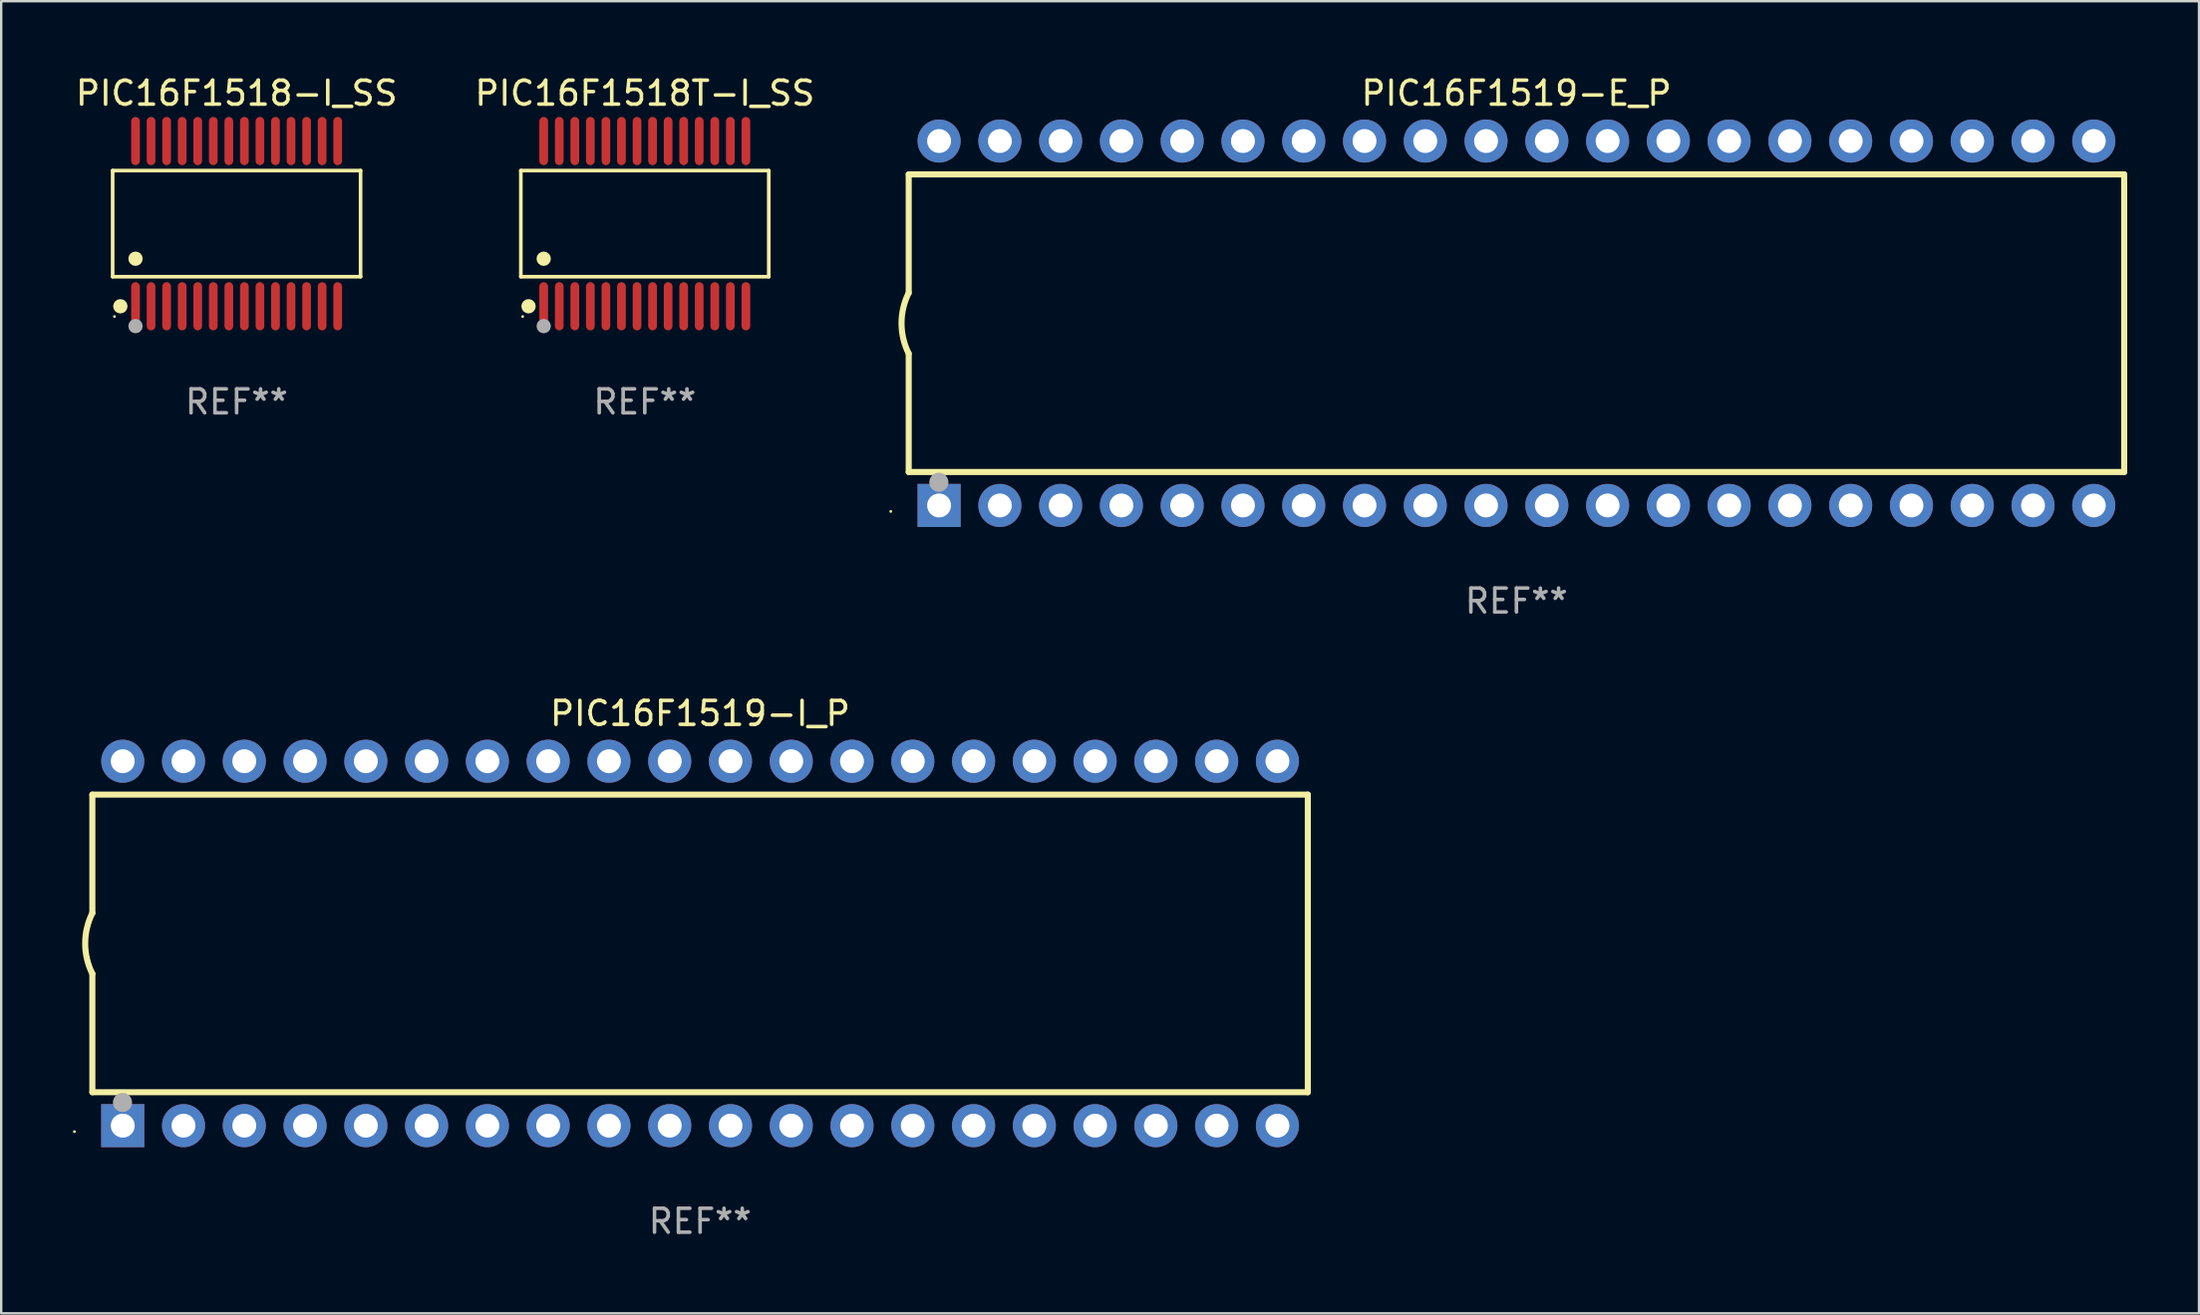
<source format=kicad_pcb>
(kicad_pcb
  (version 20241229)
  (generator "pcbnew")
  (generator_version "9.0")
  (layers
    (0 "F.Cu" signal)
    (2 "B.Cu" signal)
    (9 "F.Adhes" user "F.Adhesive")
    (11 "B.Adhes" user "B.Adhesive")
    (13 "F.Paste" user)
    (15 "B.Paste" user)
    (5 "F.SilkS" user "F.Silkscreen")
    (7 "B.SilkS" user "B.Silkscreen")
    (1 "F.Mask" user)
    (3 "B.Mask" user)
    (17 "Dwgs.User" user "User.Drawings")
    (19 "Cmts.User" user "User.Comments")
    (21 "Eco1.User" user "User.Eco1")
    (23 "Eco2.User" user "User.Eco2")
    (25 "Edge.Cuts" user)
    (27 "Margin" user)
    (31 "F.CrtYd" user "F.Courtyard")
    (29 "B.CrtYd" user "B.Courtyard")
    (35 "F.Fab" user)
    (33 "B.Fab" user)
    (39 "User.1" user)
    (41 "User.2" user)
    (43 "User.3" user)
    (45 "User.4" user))
  (footprint "PIC16F1518T-I_SS"
    (layer "F.Cu")
    (at 23.899 6.303)
    (property "Reference" "PIC16F1518T-I_SS" (at 0 -5.455 0) (layer "F.SilkS") (effects (font (size 1 1) (thickness 0.15))))
    (attr through_hole)
    (fp_line (start -5.181 -2.219) (end 5.181 -2.219) (stroke (width 0.152) (type solid)) (layer "F.SilkS"))
    (fp_line (start -5.181 2.219) (end -5.181 -2.219) (stroke (width 0.152) (type solid)) (layer "F.SilkS"))
    (fp_line (start 5.181 -2.219) (end 5.181 2.219) (stroke (width 0.152) (type solid)) (layer "F.SilkS"))
    (fp_line (start 5.181 2.219) (end -5.181 2.219) (stroke (width 0.152) (type solid)) (layer "F.SilkS"))
    (fp_circle (center -5.105 3.885) (end -5.075 3.885) (stroke (width 0.06) (type solid)) (fill no) (layer "F.SilkS"))
    (fp_circle (center -4.859 3.455) (end -4.709 3.455) (stroke (width 0.3) (type solid)) (fill no) (layer "F.SilkS"))
    (fp_circle (center -4.225 1.467) (end -4.075 1.467) (stroke (width 0.3) (type solid)) (fill no) (layer "F.SilkS"))
    (fp_circle (center -4.225 4.285) (end -4.075 4.285) (stroke (width 0.3) (type solid)) (fill no) (layer "F.Fab"))
    (fp_text user "REF**" (at 0 7.455 0) (layer "F.Fab") (effects (font (size 1 1) (thickness 0.15))))
    (pad "1" smd oval (at -4.225 3.455) (size 0.364 2.015) (layers "F.Cu" "F.Mask" "F.Paste"))
    (pad "2" smd oval (at -3.575 3.455) (size 0.364 2.015) (layers "F.Cu" "F.Mask" "F.Paste"))
    (pad "3" smd oval (at -2.925 3.455) (size 0.364 2.015) (layers "F.Cu" "F.Mask" "F.Paste"))
    (pad "4" smd oval (at -2.275 3.455) (size 0.364 2.015) (layers "F.Cu" "F.Mask" "F.Paste"))
    (pad "5" smd oval (at -1.625 3.455) (size 0.364 2.015) (layers "F.Cu" "F.Mask" "F.Paste"))
    (pad "6" smd oval (at -0.975 3.455) (size 0.364 2.015) (layers "F.Cu" "F.Mask" "F.Paste"))
    (pad "7" smd oval (at -0.325 3.455) (size 0.364 2.015) (layers "F.Cu" "F.Mask" "F.Paste"))
    (pad "8" smd oval (at 0.325 3.455) (size 0.364 2.015) (layers "F.Cu" "F.Mask" "F.Paste"))
    (pad "9" smd oval (at 0.975 3.455) (size 0.364 2.015) (layers "F.Cu" "F.Mask" "F.Paste"))
    (pad "10" smd oval (at 1.625 3.455) (size 0.364 2.015) (layers "F.Cu" "F.Mask" "F.Paste"))
    (pad "11" smd oval (at 2.275 3.455) (size 0.364 2.015) (layers "F.Cu" "F.Mask" "F.Paste"))
    (pad "12" smd oval (at 2.925 3.455) (size 0.364 2.015) (layers "F.Cu" "F.Mask" "F.Paste"))
    (pad "13" smd oval (at 3.575 3.455) (size 0.364 2.015) (layers "F.Cu" "F.Mask" "F.Paste"))
    (pad "14" smd oval (at 4.225 3.455) (size 0.364 2.015) (layers "F.Cu" "F.Mask" "F.Paste"))
    (pad "15" smd oval (at 4.225 -3.455) (size 0.364 2.015) (layers "F.Cu" "F.Mask" "F.Paste"))
    (pad "16" smd oval (at 3.575 -3.455) (size 0.364 2.015) (layers "F.Cu" "F.Mask" "F.Paste"))
    (pad "17" smd oval (at 2.925 -3.455) (size 0.364 2.015) (layers "F.Cu" "F.Mask" "F.Paste"))
    (pad "18" smd oval (at 2.275 -3.455) (size 0.364 2.015) (layers "F.Cu" "F.Mask" "F.Paste"))
    (pad "19" smd oval (at 1.625 -3.455) (size 0.364 2.015) (layers "F.Cu" "F.Mask" "F.Paste"))
    (pad "20" smd oval (at 0.975 -3.455) (size 0.364 2.015) (layers "F.Cu" "F.Mask" "F.Paste"))
    (pad "21" smd oval (at 0.325 -3.455) (size 0.364 2.015) (layers "F.Cu" "F.Mask" "F.Paste"))
    (pad "22" smd oval (at -0.325 -3.455) (size 0.364 2.015) (layers "F.Cu" "F.Mask" "F.Paste"))
    (pad "23" smd oval (at -0.975 -3.455) (size 0.364 2.015) (layers "F.Cu" "F.Mask" "F.Paste"))
    (pad "24" smd oval (at -1.625 -3.455) (size 0.364 2.015) (layers "F.Cu" "F.Mask" "F.Paste"))
    (pad "25" smd oval (at -2.275 -3.455) (size 0.364 2.015) (layers "F.Cu" "F.Mask" "F.Paste"))
    (pad "26" smd oval (at -2.925 -3.455) (size 0.364 2.015) (layers "F.Cu" "F.Mask" "F.Paste"))
    (pad "27" smd oval (at -3.575 -3.455) (size 0.364 2.015) (layers "F.Cu" "F.Mask" "F.Paste"))
    (pad "28" smd oval (at -4.225 -3.455) (size 0.364 2.015) (layers "F.Cu" "F.Mask" "F.Paste")))
  (footprint "PIC16F1518-I_SS"
    (layer "F.Cu")
    (at 6.839 6.303)
    (property "Reference" "PIC16F1518-I_SS" (at 0 -5.455 0) (layer "F.SilkS") (effects (font (size 1 1) (thickness 0.15))))
    (attr through_hole)
    (fp_line (start -5.181 -2.219) (end 5.181 -2.219) (stroke (width 0.152) (type solid)) (layer "F.SilkS"))
    (fp_line (start -5.181 2.219) (end -5.181 -2.219) (stroke (width 0.152) (type solid)) (layer "F.SilkS"))
    (fp_line (start 5.181 -2.219) (end 5.181 2.219) (stroke (width 0.152) (type solid)) (layer "F.SilkS"))
    (fp_line (start 5.181 2.219) (end -5.181 2.219) (stroke (width 0.152) (type solid)) (layer "F.SilkS"))
    (fp_circle (center -5.105 3.885) (end -5.075 3.885) (stroke (width 0.06) (type solid)) (fill no) (layer "F.SilkS"))
    (fp_circle (center -4.859 3.455) (end -4.709 3.455) (stroke (width 0.3) (type solid)) (fill no) (layer "F.SilkS"))
    (fp_circle (center -4.225 1.467) (end -4.075 1.467) (stroke (width 0.3) (type solid)) (fill no) (layer "F.SilkS"))
    (fp_circle (center -4.225 4.285) (end -4.075 4.285) (stroke (width 0.3) (type solid)) (fill no) (layer "F.Fab"))
    (fp_text user "REF**" (at 0 7.455 0) (layer "F.Fab") (effects (font (size 1 1) (thickness 0.15))))
    (pad "1" smd oval (at -4.225 3.455) (size 0.364 2.015) (layers "F.Cu" "F.Mask" "F.Paste"))
    (pad "2" smd oval (at -3.575 3.455) (size 0.364 2.015) (layers "F.Cu" "F.Mask" "F.Paste"))
    (pad "3" smd oval (at -2.925 3.455) (size 0.364 2.015) (layers "F.Cu" "F.Mask" "F.Paste"))
    (pad "4" smd oval (at -2.275 3.455) (size 0.364 2.015) (layers "F.Cu" "F.Mask" "F.Paste"))
    (pad "5" smd oval (at -1.625 3.455) (size 0.364 2.015) (layers "F.Cu" "F.Mask" "F.Paste"))
    (pad "6" smd oval (at -0.975 3.455) (size 0.364 2.015) (layers "F.Cu" "F.Mask" "F.Paste"))
    (pad "7" smd oval (at -0.325 3.455) (size 0.364 2.015) (layers "F.Cu" "F.Mask" "F.Paste"))
    (pad "8" smd oval (at 0.325 3.455) (size 0.364 2.015) (layers "F.Cu" "F.Mask" "F.Paste"))
    (pad "9" smd oval (at 0.975 3.455) (size 0.364 2.015) (layers "F.Cu" "F.Mask" "F.Paste"))
    (pad "10" smd oval (at 1.625 3.455) (size 0.364 2.015) (layers "F.Cu" "F.Mask" "F.Paste"))
    (pad "11" smd oval (at 2.275 3.455) (size 0.364 2.015) (layers "F.Cu" "F.Mask" "F.Paste"))
    (pad "12" smd oval (at 2.925 3.455) (size 0.364 2.015) (layers "F.Cu" "F.Mask" "F.Paste"))
    (pad "13" smd oval (at 3.575 3.455) (size 0.364 2.015) (layers "F.Cu" "F.Mask" "F.Paste"))
    (pad "14" smd oval (at 4.225 3.455) (size 0.364 2.015) (layers "F.Cu" "F.Mask" "F.Paste"))
    (pad "15" smd oval (at 4.225 -3.455) (size 0.364 2.015) (layers "F.Cu" "F.Mask" "F.Paste"))
    (pad "16" smd oval (at 3.575 -3.455) (size 0.364 2.015) (layers "F.Cu" "F.Mask" "F.Paste"))
    (pad "17" smd oval (at 2.925 -3.455) (size 0.364 2.015) (layers "F.Cu" "F.Mask" "F.Paste"))
    (pad "18" smd oval (at 2.275 -3.455) (size 0.364 2.015) (layers "F.Cu" "F.Mask" "F.Paste"))
    (pad "19" smd oval (at 1.625 -3.455) (size 0.364 2.015) (layers "F.Cu" "F.Mask" "F.Paste"))
    (pad "20" smd oval (at 0.975 -3.455) (size 0.364 2.015) (layers "F.Cu" "F.Mask" "F.Paste"))
    (pad "21" smd oval (at 0.325 -3.455) (size 0.364 2.015) (layers "F.Cu" "F.Mask" "F.Paste"))
    (pad "22" smd oval (at -0.325 -3.455) (size 0.364 2.015) (layers "F.Cu" "F.Mask" "F.Paste"))
    (pad "23" smd oval (at -0.975 -3.455) (size 0.364 2.015) (layers "F.Cu" "F.Mask" "F.Paste"))
    (pad "24" smd oval (at -1.625 -3.455) (size 0.364 2.015) (layers "F.Cu" "F.Mask" "F.Paste"))
    (pad "25" smd oval (at -2.275 -3.455) (size 0.364 2.015) (layers "F.Cu" "F.Mask" "F.Paste"))
    (pad "26" smd oval (at -2.925 -3.455) (size 0.364 2.015) (layers "F.Cu" "F.Mask" "F.Paste"))
    (pad "27" smd oval (at -3.575 -3.455) (size 0.364 2.015) (layers "F.Cu" "F.Mask" "F.Paste"))
    (pad "28" smd oval (at -4.225 -3.455) (size 0.364 2.015) (layers "F.Cu" "F.Mask" "F.Paste")))
  (footprint "PIC16F1519-I_P"
    (layer "F.Cu")
    (at 26.21 36.405)
    (property "Reference" "PIC16F1519-I_P" (at 0 -9.62 0) (layer "F.SilkS") (effects (font (size 1 1) (thickness 0.15))))
    (attr through_hole)
    (fp_line (start -25.4 -6.224) (end -25.4 -1.271) (stroke (width 0.254) (type solid)) (layer "F.SilkS"))
    (fp_line (start -25.4 -6.224) (end 25.4 -6.224) (stroke (width 0.254) (type solid)) (layer "F.SilkS"))
    (fp_line (start -25.4 1.269) (end -25.4 6.222) (stroke (width 0.254) (type solid)) (layer "F.SilkS"))
    (fp_line (start -25.4 6.222) (end 25.4 6.222) (stroke (width 0.254) (type solid)) (layer "F.SilkS"))
    (fp_line (start 25.4 6.222) (end 25.4 -6.224) (stroke (width 0.254) (type solid)) (layer "F.SilkS"))
    (fp_arc (start -25.4 1.269241) (mid -25.699807 -0.000762) (end -25.4 -1.270765) (stroke (width 0.254001) (type solid)) (layer "F.SilkS"))
    (fp_circle (center -26.15 7.87) (end -26.12 7.87) (stroke (width 0.06) (type solid)) (fill no) (layer "F.SilkS"))
    (fp_circle (center -24.14 6.65) (end -23.94 6.65) (stroke (width 0.4) (type solid)) (fill no) (layer "F.Fab"))
    (fp_text user "REF**" (at 0 11.62 0) (layer "F.Fab") (effects (font (size 1 1) (thickness 0.15))))
    (pad "1" thru_hole rect (at -24.13 7.62 90) (size 1.8 1.8) (drill 1) (layers "*.Cu" "*.Mask"))
    (pad "2" thru_hole circle (at -21.59 7.62) (size 1.8 1.8) (drill 1) (layers "*.Cu" "*.Mask"))
    (pad "3" thru_hole circle (at -19.05 7.62) (size 1.8 1.8) (drill 1) (layers "*.Cu" "*.Mask"))
    (pad "4" thru_hole circle (at -16.51 7.62) (size 1.8 1.8) (drill 1) (layers "*.Cu" "*.Mask"))
    (pad "5" thru_hole circle (at -13.97 7.62) (size 1.8 1.8) (drill 1) (layers "*.Cu" "*.Mask"))
    (pad "6" thru_hole circle (at -11.43 7.62) (size 1.8 1.8) (drill 1) (layers "*.Cu" "*.Mask"))
    (pad "7" thru_hole circle (at -8.89 7.62) (size 1.8 1.8) (drill 1) (layers "*.Cu" "*.Mask"))
    (pad "8" thru_hole circle (at -6.35 7.62) (size 1.8 1.8) (drill 1) (layers "*.Cu" "*.Mask"))
    (pad "9" thru_hole circle (at -3.81 7.62) (size 1.8 1.8) (drill 1) (layers "*.Cu" "*.Mask"))
    (pad "10" thru_hole circle (at -1.27 7.62) (size 1.8 1.8) (drill 1) (layers "*.Cu" "*.Mask"))
    (pad "11" thru_hole circle (at 1.27 7.62) (size 1.8 1.8) (drill 1) (layers "*.Cu" "*.Mask"))
    (pad "12" thru_hole circle (at 3.81 7.62) (size 1.8 1.8) (drill 1) (layers "*.Cu" "*.Mask"))
    (pad "13" thru_hole circle (at 6.35 7.62) (size 1.8 1.8) (drill 1) (layers "*.Cu" "*.Mask"))
    (pad "14" thru_hole circle (at 8.89 7.62) (size 1.8 1.8) (drill 1) (layers "*.Cu" "*.Mask"))
    (pad "15" thru_hole circle (at 11.43 7.62) (size 1.8 1.8) (drill 1) (layers "*.Cu" "*.Mask"))
    (pad "16" thru_hole circle (at 13.97 7.62) (size 1.8 1.8) (drill 1) (layers "*.Cu" "*.Mask"))
    (pad "17" thru_hole circle (at 16.51 7.62) (size 1.8 1.8) (drill 1) (layers "*.Cu" "*.Mask"))
    (pad "18" thru_hole circle (at 19.05 7.62) (size 1.8 1.8) (drill 1) (layers "*.Cu" "*.Mask"))
    (pad "19" thru_hole circle (at 21.59 7.62) (size 1.8 1.8) (drill 1) (layers "*.Cu" "*.Mask"))
    (pad "20" thru_hole circle (at 24.13 7.62) (size 1.8 1.8) (drill 1) (layers "*.Cu" "*.Mask"))
    (pad "21" thru_hole circle (at 24.13 -7.62) (size 1.8 1.8) (drill 1) (layers "*.Cu" "*.Mask"))
    (pad "22" thru_hole circle (at 21.59 -7.62) (size 1.8 1.8) (drill 1) (layers "*.Cu" "*.Mask"))
    (pad "23" thru_hole circle (at 19.05 -7.62) (size 1.8 1.8) (drill 1) (layers "*.Cu" "*.Mask"))
    (pad "24" thru_hole circle (at 16.51 -7.62) (size 1.8 1.8) (drill 1) (layers "*.Cu" "*.Mask"))
    (pad "25" thru_hole circle (at 13.97 -7.62) (size 1.8 1.8) (drill 1) (layers "*.Cu" "*.Mask"))
    (pad "26" thru_hole circle (at 11.43 -7.62) (size 1.8 1.8) (drill 1) (layers "*.Cu" "*.Mask"))
    (pad "27" thru_hole circle (at 8.89 -7.62) (size 1.8 1.8) (drill 1) (layers "*.Cu" "*.Mask"))
    (pad "28" thru_hole circle (at 6.35 -7.62) (size 1.8 1.8) (drill 1) (layers "*.Cu" "*.Mask"))
    (pad "29" thru_hole circle (at 3.81 -7.62) (size 1.8 1.8) (drill 1) (layers "*.Cu" "*.Mask"))
    (pad "30" thru_hole circle (at 1.27 -7.62) (size 1.8 1.8) (drill 1) (layers "*.Cu" "*.Mask"))
    (pad "31" thru_hole circle (at -1.27 -7.62) (size 1.8 1.8) (drill 1) (layers "*.Cu" "*.Mask"))
    (pad "32" thru_hole circle (at -3.81 -7.62) (size 1.8 1.8) (drill 1) (layers "*.Cu" "*.Mask"))
    (pad "33" thru_hole circle (at -6.35 -7.62) (size 1.8 1.8) (drill 1) (layers "*.Cu" "*.Mask"))
    (pad "34" thru_hole circle (at -8.89 -7.62) (size 1.8 1.8) (drill 1) (layers "*.Cu" "*.Mask"))
    (pad "35" thru_hole circle (at -11.43 -7.62) (size 1.8 1.8) (drill 1) (layers "*.Cu" "*.Mask"))
    (pad "36" thru_hole circle (at -13.97 -7.62) (size 1.8 1.8) (drill 1) (layers "*.Cu" "*.Mask"))
    (pad "37" thru_hole circle (at -16.51 -7.62) (size 1.8 1.8) (drill 1) (layers "*.Cu" "*.Mask"))
    (pad "38" thru_hole circle (at -19.05 -7.62) (size 1.8 1.8) (drill 1) (layers "*.Cu" "*.Mask"))
    (pad "39" thru_hole circle (at -21.59 -7.62) (size 1.8 1.8) (drill 1) (layers "*.Cu" "*.Mask"))
    (pad "40" thru_hole circle (at -24.13 -7.62) (size 1.8 1.8) (drill 1) (layers "*.Cu" "*.Mask")))
  (footprint "PIC16F1519-E_P"
    (layer "F.Cu")
    (at 60.329 10.468)
    (property "Reference" "PIC16F1519-E_P" (at 0 -9.62 0) (layer "F.SilkS") (effects (font (size 1 1) (thickness 0.15))))
    (attr through_hole)
    (fp_line (start -25.4 -6.224) (end -25.4 -1.271) (stroke (width 0.254) (type solid)) (layer "F.SilkS"))
    (fp_line (start -25.4 -6.224) (end 25.4 -6.224) (stroke (width 0.254) (type solid)) (layer "F.SilkS"))
    (fp_line (start -25.4 1.269) (end -25.4 6.222) (stroke (width 0.254) (type solid)) (layer "F.SilkS"))
    (fp_line (start -25.4 6.222) (end 25.4 6.222) (stroke (width 0.254) (type solid)) (layer "F.SilkS"))
    (fp_line (start 25.4 6.222) (end 25.4 -6.224) (stroke (width 0.254) (type solid)) (layer "F.SilkS"))
    (fp_arc (start -25.4 1.269241) (mid -25.699807 -0.000762) (end -25.4 -1.270765) (stroke (width 0.254001) (type solid)) (layer "F.SilkS"))
    (fp_circle (center -26.15 7.87) (end -26.12 7.87) (stroke (width 0.06) (type solid)) (fill no) (layer "F.SilkS"))
    (fp_circle (center -24.14 6.65) (end -23.94 6.65) (stroke (width 0.4) (type solid)) (fill no) (layer "F.Fab"))
    (fp_text user "REF**" (at 0 11.62 0) (layer "F.Fab") (effects (font (size 1 1) (thickness 0.15))))
    (pad "1" thru_hole rect (at -24.13 7.62 90) (size 1.8 1.8) (drill 1) (layers "*.Cu" "*.Mask"))
    (pad "2" thru_hole circle (at -21.59 7.62) (size 1.8 1.8) (drill 1) (layers "*.Cu" "*.Mask"))
    (pad "3" thru_hole circle (at -19.05 7.62) (size 1.8 1.8) (drill 1) (layers "*.Cu" "*.Mask"))
    (pad "4" thru_hole circle (at -16.51 7.62) (size 1.8 1.8) (drill 1) (layers "*.Cu" "*.Mask"))
    (pad "5" thru_hole circle (at -13.97 7.62) (size 1.8 1.8) (drill 1) (layers "*.Cu" "*.Mask"))
    (pad "6" thru_hole circle (at -11.43 7.62) (size 1.8 1.8) (drill 1) (layers "*.Cu" "*.Mask"))
    (pad "7" thru_hole circle (at -8.89 7.62) (size 1.8 1.8) (drill 1) (layers "*.Cu" "*.Mask"))
    (pad "8" thru_hole circle (at -6.35 7.62) (size 1.8 1.8) (drill 1) (layers "*.Cu" "*.Mask"))
    (pad "9" thru_hole circle (at -3.81 7.62) (size 1.8 1.8) (drill 1) (layers "*.Cu" "*.Mask"))
    (pad "10" thru_hole circle (at -1.27 7.62) (size 1.8 1.8) (drill 1) (layers "*.Cu" "*.Mask"))
    (pad "11" thru_hole circle (at 1.27 7.62) (size 1.8 1.8) (drill 1) (layers "*.Cu" "*.Mask"))
    (pad "12" thru_hole circle (at 3.81 7.62) (size 1.8 1.8) (drill 1) (layers "*.Cu" "*.Mask"))
    (pad "13" thru_hole circle (at 6.35 7.62) (size 1.8 1.8) (drill 1) (layers "*.Cu" "*.Mask"))
    (pad "14" thru_hole circle (at 8.89 7.62) (size 1.8 1.8) (drill 1) (layers "*.Cu" "*.Mask"))
    (pad "15" thru_hole circle (at 11.43 7.62) (size 1.8 1.8) (drill 1) (layers "*.Cu" "*.Mask"))
    (pad "16" thru_hole circle (at 13.97 7.62) (size 1.8 1.8) (drill 1) (layers "*.Cu" "*.Mask"))
    (pad "17" thru_hole circle (at 16.51 7.62) (size 1.8 1.8) (drill 1) (layers "*.Cu" "*.Mask"))
    (pad "18" thru_hole circle (at 19.05 7.62) (size 1.8 1.8) (drill 1) (layers "*.Cu" "*.Mask"))
    (pad "19" thru_hole circle (at 21.59 7.62) (size 1.8 1.8) (drill 1) (layers "*.Cu" "*.Mask"))
    (pad "20" thru_hole circle (at 24.13 7.62) (size 1.8 1.8) (drill 1) (layers "*.Cu" "*.Mask"))
    (pad "21" thru_hole circle (at 24.13 -7.62) (size 1.8 1.8) (drill 1) (layers "*.Cu" "*.Mask"))
    (pad "22" thru_hole circle (at 21.59 -7.62) (size 1.8 1.8) (drill 1) (layers "*.Cu" "*.Mask"))
    (pad "23" thru_hole circle (at 19.05 -7.62) (size 1.8 1.8) (drill 1) (layers "*.Cu" "*.Mask"))
    (pad "24" thru_hole circle (at 16.51 -7.62) (size 1.8 1.8) (drill 1) (layers "*.Cu" "*.Mask"))
    (pad "25" thru_hole circle (at 13.97 -7.62) (size 1.8 1.8) (drill 1) (layers "*.Cu" "*.Mask"))
    (pad "26" thru_hole circle (at 11.43 -7.62) (size 1.8 1.8) (drill 1) (layers "*.Cu" "*.Mask"))
    (pad "27" thru_hole circle (at 8.89 -7.62) (size 1.8 1.8) (drill 1) (layers "*.Cu" "*.Mask"))
    (pad "28" thru_hole circle (at 6.35 -7.62) (size 1.8 1.8) (drill 1) (layers "*.Cu" "*.Mask"))
    (pad "29" thru_hole circle (at 3.81 -7.62) (size 1.8 1.8) (drill 1) (layers "*.Cu" "*.Mask"))
    (pad "30" thru_hole circle (at 1.27 -7.62) (size 1.8 1.8) (drill 1) (layers "*.Cu" "*.Mask"))
    (pad "31" thru_hole circle (at -1.27 -7.62) (size 1.8 1.8) (drill 1) (layers "*.Cu" "*.Mask"))
    (pad "32" thru_hole circle (at -3.81 -7.62) (size 1.8 1.8) (drill 1) (layers "*.Cu" "*.Mask"))
    (pad "33" thru_hole circle (at -6.35 -7.62) (size 1.8 1.8) (drill 1) (layers "*.Cu" "*.Mask"))
    (pad "34" thru_hole circle (at -8.89 -7.62) (size 1.8 1.8) (drill 1) (layers "*.Cu" "*.Mask"))
    (pad "35" thru_hole circle (at -11.43 -7.62) (size 1.8 1.8) (drill 1) (layers "*.Cu" "*.Mask"))
    (pad "36" thru_hole circle (at -13.97 -7.62) (size 1.8 1.8) (drill 1) (layers "*.Cu" "*.Mask"))
    (pad "37" thru_hole circle (at -16.51 -7.62) (size 1.8 1.8) (drill 1) (layers "*.Cu" "*.Mask"))
    (pad "38" thru_hole circle (at -19.05 -7.62) (size 1.8 1.8) (drill 1) (layers "*.Cu" "*.Mask"))
    (pad "39" thru_hole circle (at -21.59 -7.62) (size 1.8 1.8) (drill 1) (layers "*.Cu" "*.Mask"))
    (pad "40" thru_hole circle (at -24.13 -7.62) (size 1.8 1.8) (drill 1) (layers "*.Cu" "*.Mask")))
  (gr_rect
    (start -3 -3)
    (end 88.856 51.873)
    (stroke (width 0.1) (type default))
    (fill no)
    (layer "Edge.Cuts")))
</source>
